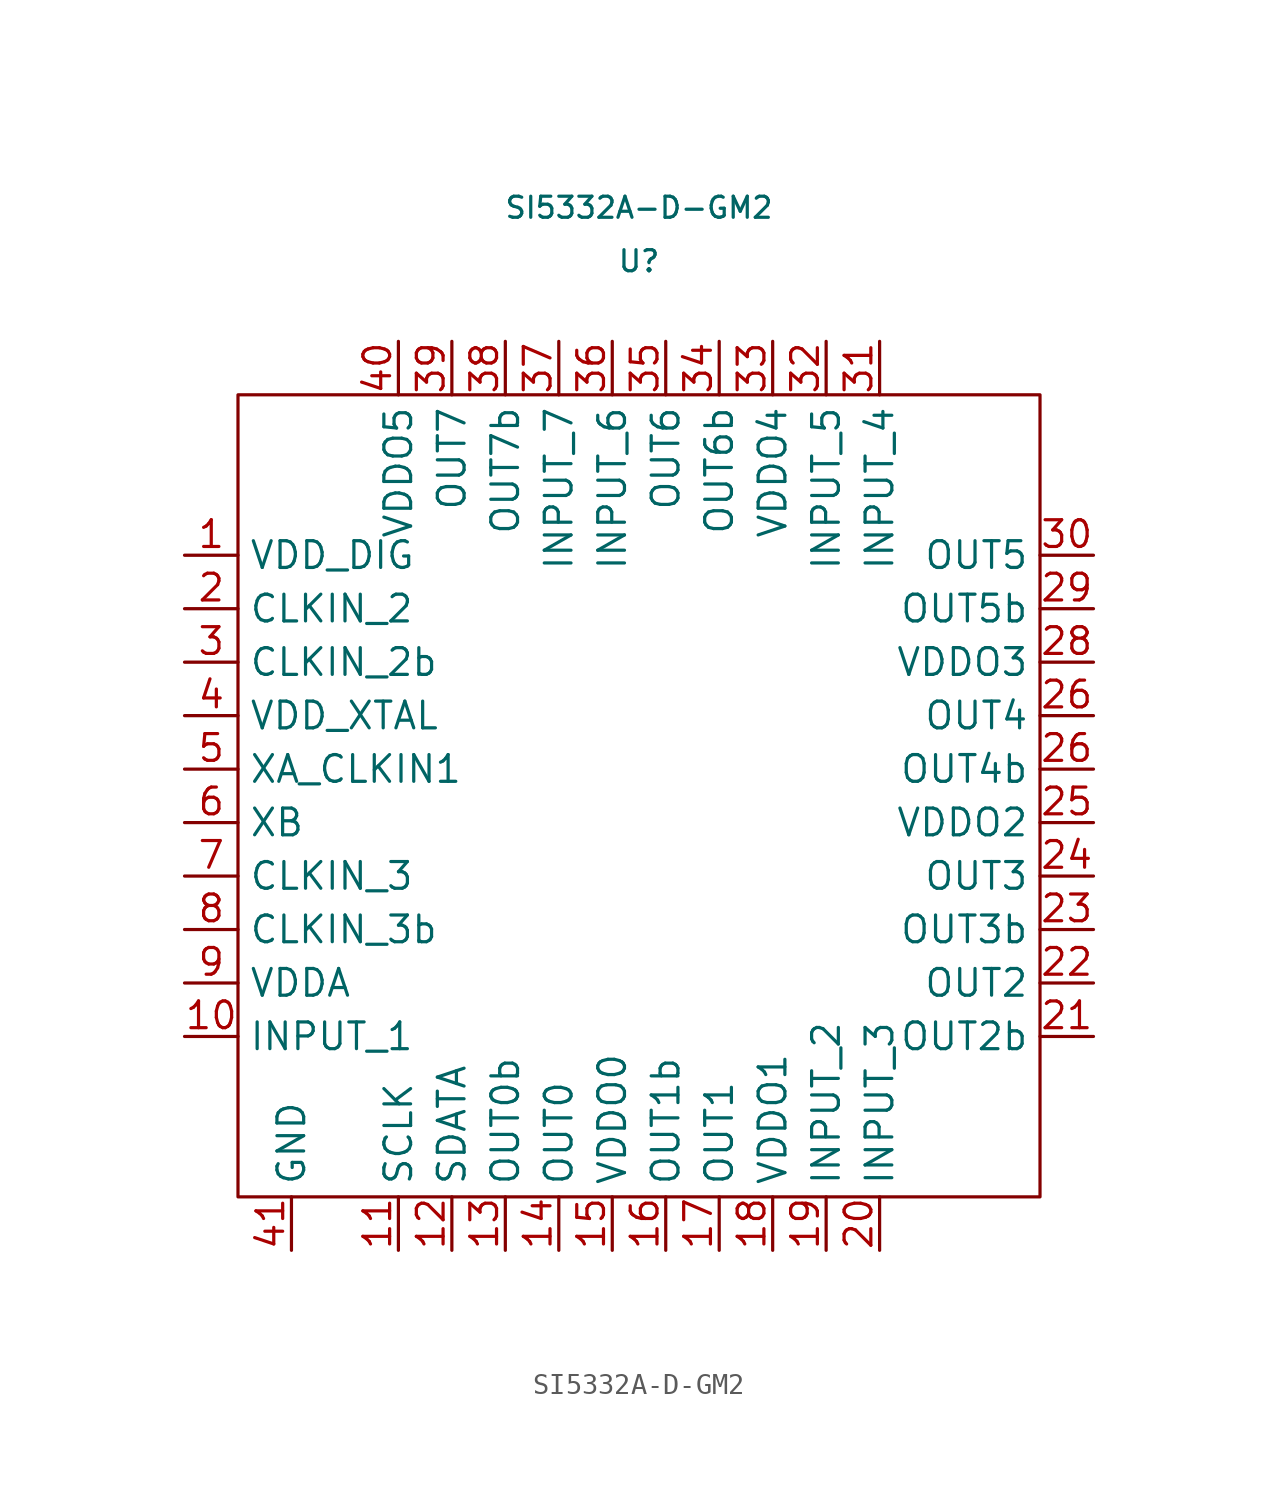
<source format=kicad_sym>
(kicad_symbol_lib
  (version 20211014)
  (generator kicad_symbol_editor)
  (symbol "SI5332A-D-GM2"
    (property "Reference" "U"
      (at 0 25.4 0)
      (effects (font (size 1 1))))
    (property "Value" "SI5332A-D-GM2"
      (at 0 27.94 0)
      (effects (font (size 1 1))))
    (symbol "SI5332A-D-GM2_0_1"
      (rectangle (start -19.05 -19.05) (end 19.05 19.05) (stroke (width 0.152) (type default) (color 0 0 0 0)) (fill (type none))))
    (symbol "SI5332A-D-GM2_1_1"
      (pin power_in line (at -21.59 11.43 0) (length 2.54) (name "VDD_DIG" (effects (font (size 1.27 1.27)))) (number "1" (effects (font (size 1.27 1.27)))))
      (pin input line (at -21.59 -11.43 0) (length 2.54) (name "INPUT_1" (effects (font (size 1.27 1.27)))) (number "10" (effects (font (size 1.27 1.27)))))
      (pin input line (at -11.43 -21.59 90) (length 2.54) (name "SCLK" (effects (font (size 1.27 1.27)))) (number "11" (effects (font (size 1.27 1.27)))))
      (pin bidirectional line (at -8.89 -21.59 90) (length 2.54) (name "SDATA" (effects (font (size 1.27 1.27)))) (number "12" (effects (font (size 1.27 1.27)))))
      (pin output line (at -6.35 -21.59 90) (length 2.54) (name "OUT0b" (effects (font (size 1.27 1.27)))) (number "13" (effects (font (size 1.27 1.27)))))
      (pin output line (at -3.81 -21.59 90) (length 2.54) (name "OUT0" (effects (font (size 1.27 1.27)))) (number "14" (effects (font (size 1.27 1.27)))))
      (pin power_in line (at -1.27 -21.59 90) (length 2.54) (name "VDDO0" (effects (font (size 1.27 1.27)))) (number "15" (effects (font (size 1.27 1.27)))))
      (pin output line (at 1.27 -21.59 90) (length 2.54) (name "OUT1b" (effects (font (size 1.27 1.27)))) (number "16" (effects (font (size 1.27 1.27)))))
      (pin output line (at 3.81 -21.59 90) (length 2.54) (name "OUT1" (effects (font (size 1.27 1.27)))) (number "17" (effects (font (size 1.27 1.27)))))
      (pin power_in line (at 6.35 -21.59 90) (length 2.54) (name "VDDO1" (effects (font (size 1.27 1.27)))) (number "18" (effects (font (size 1.27 1.27)))))
      (pin input line (at 8.89 -21.59 90) (length 2.54) (name "INPUT_2" (effects (font (size 1.27 1.27)))) (number "19" (effects (font (size 1.27 1.27)))))
      (pin input line (at -21.59 8.89 0) (length 2.54) (name "CLKIN_2" (effects (font (size 1.27 1.27)))) (number "2" (effects (font (size 1.27 1.27)))))
      (pin input line (at 11.43 -21.59 90) (length 2.54) (name "INPUT_3" (effects (font (size 1.27 1.27)))) (number "20" (effects (font (size 1.27 1.27)))))
      (pin output line (at 21.59 -11.43 180) (length 2.54) (name "OUT2b" (effects (font (size 1.27 1.27)))) (number "21" (effects (font (size 1.27 1.27)))))
      (pin output line (at 21.59 -8.89 180) (length 2.54) (name "OUT2" (effects (font (size 1.27 1.27)))) (number "22" (effects (font (size 1.27 1.27)))))
      (pin output line (at 21.59 -6.35 180) (length 2.54) (name "OUT3b" (effects (font (size 1.27 1.27)))) (number "23" (effects (font (size 1.27 1.27)))))
      (pin output line (at 21.59 -3.81 180) (length 2.54) (name "OUT3" (effects (font (size 1.27 1.27)))) (number "24" (effects (font (size 1.27 1.27)))))
      (pin power_in line (at 21.59 -1.27 180) (length 2.54) (name "VDDO2" (effects (font (size 1.27 1.27)))) (number "25" (effects (font (size 1.27 1.27)))))
      (pin output line (at 21.59 3.81 180) (length 2.54) (name "OUT4" (effects (font (size 1.27 1.27)))) (number "26" (effects (font (size 1.27 1.27)))))
      (pin output line (at 21.59 1.27 180) (length 2.54) (name "OUT4b" (effects (font (size 1.27 1.27)))) (number "26" (effects (font (size 1.27 1.27)))))
      (pin power_in line (at 21.59 6.35 180) (length 2.54) (name "VDDO3" (effects (font (size 1.27 1.27)))) (number "28" (effects (font (size 1.27 1.27)))))
      (pin output line (at 21.59 8.89 180) (length 2.54) (name "OUT5b" (effects (font (size 1.27 1.27)))) (number "29" (effects (font (size 1.27 1.27)))))
      (pin input line (at -21.59 6.35 0) (length 2.54) (name "CLKIN_2b" (effects (font (size 1.27 1.27)))) (number "3" (effects (font (size 1.27 1.27)))))
      (pin output line (at 21.59 11.43 180) (length 2.54) (name "OUT5" (effects (font (size 1.27 1.27)))) (number "30" (effects (font (size 1.27 1.27)))))
      (pin input line (at 11.43 21.59 270) (length 2.54) (name "INPUT_4" (effects (font (size 1.27 1.27)))) (number "31" (effects (font (size 1.27 1.27)))))
      (pin input line (at 8.89 21.59 270) (length 2.54) (name "INPUT_5" (effects (font (size 1.27 1.27)))) (number "32" (effects (font (size 1.27 1.27)))))
      (pin power_in line (at 6.35 21.59 270) (length 2.54) (name "VDDO4" (effects (font (size 1.27 1.27)))) (number "33" (effects (font (size 1.27 1.27)))))
      (pin output line (at 3.81 21.59 270) (length 2.54) (name "OUT6b" (effects (font (size 1.27 1.27)))) (number "34" (effects (font (size 1.27 1.27)))))
      (pin output line (at 1.27 21.59 270) (length 2.54) (name "OUT6" (effects (font (size 1.27 1.27)))) (number "35" (effects (font (size 1.27 1.27)))))
      (pin input line (at -1.27 21.59 270) (length 2.54) (name "INPUT_6" (effects (font (size 1.27 1.27)))) (number "36" (effects (font (size 1.27 1.27)))))
      (pin input line (at -3.81 21.59 270) (length 2.54) (name "INPUT_7" (effects (font (size 1.27 1.27)))) (number "37" (effects (font (size 1.27 1.27)))))
      (pin output line (at -6.35 21.59 270) (length 2.54) (name "OUT7b" (effects (font (size 1.27 1.27)))) (number "38" (effects (font (size 1.27 1.27)))))
      (pin output line (at -8.89 21.59 270) (length 2.54) (name "OUT7" (effects (font (size 1.27 1.27)))) (number "39" (effects (font (size 1.27 1.27)))))
      (pin power_in line (at -21.59 3.81 0) (length 2.54) (name "VDD_XTAL" (effects (font (size 1.27 1.27)))) (number "4" (effects (font (size 1.27 1.27)))))
      (pin power_in line (at -11.43 21.59 270) (length 2.54) (name "VDDO5" (effects (font (size 1.27 1.27)))) (number "40" (effects (font (size 1.27 1.27)))))
      (pin power_in line (at -16.51 -21.59 90) (length 2.54) (name "GND" (effects (font (size 1.27 1.27)))) (number "41" (effects (font (size 1.27 1.27)))))
      (pin input line (at -21.59 1.27 0) (length 2.54) (name "XA_CLKIN1" (effects (font (size 1.27 1.27)))) (number "5" (effects (font (size 1.27 1.27)))))
      (pin input line (at -21.59 -1.27 0) (length 2.54) (name "XB" (effects (font (size 1.27 1.27)))) (number "6" (effects (font (size 1.27 1.27)))))
      (pin input line (at -21.59 -3.81 0) (length 2.54) (name "CLKIN_3" (effects (font (size 1.27 1.27)))) (number "7" (effects (font (size 1.27 1.27)))))
      (pin input line (at -21.59 -6.35 0) (length 2.54) (name "CLKIN_3b" (effects (font (size 1.27 1.27)))) (number "8" (effects (font (size 1.27 1.27)))))
      (pin power_in line (at -21.59 -8.89 0) (length 2.54) (name "VDDA" (effects (font (size 1.27 1.27)))) (number "9" (effects (font (size 1.27 1.27))))))))
</source>
